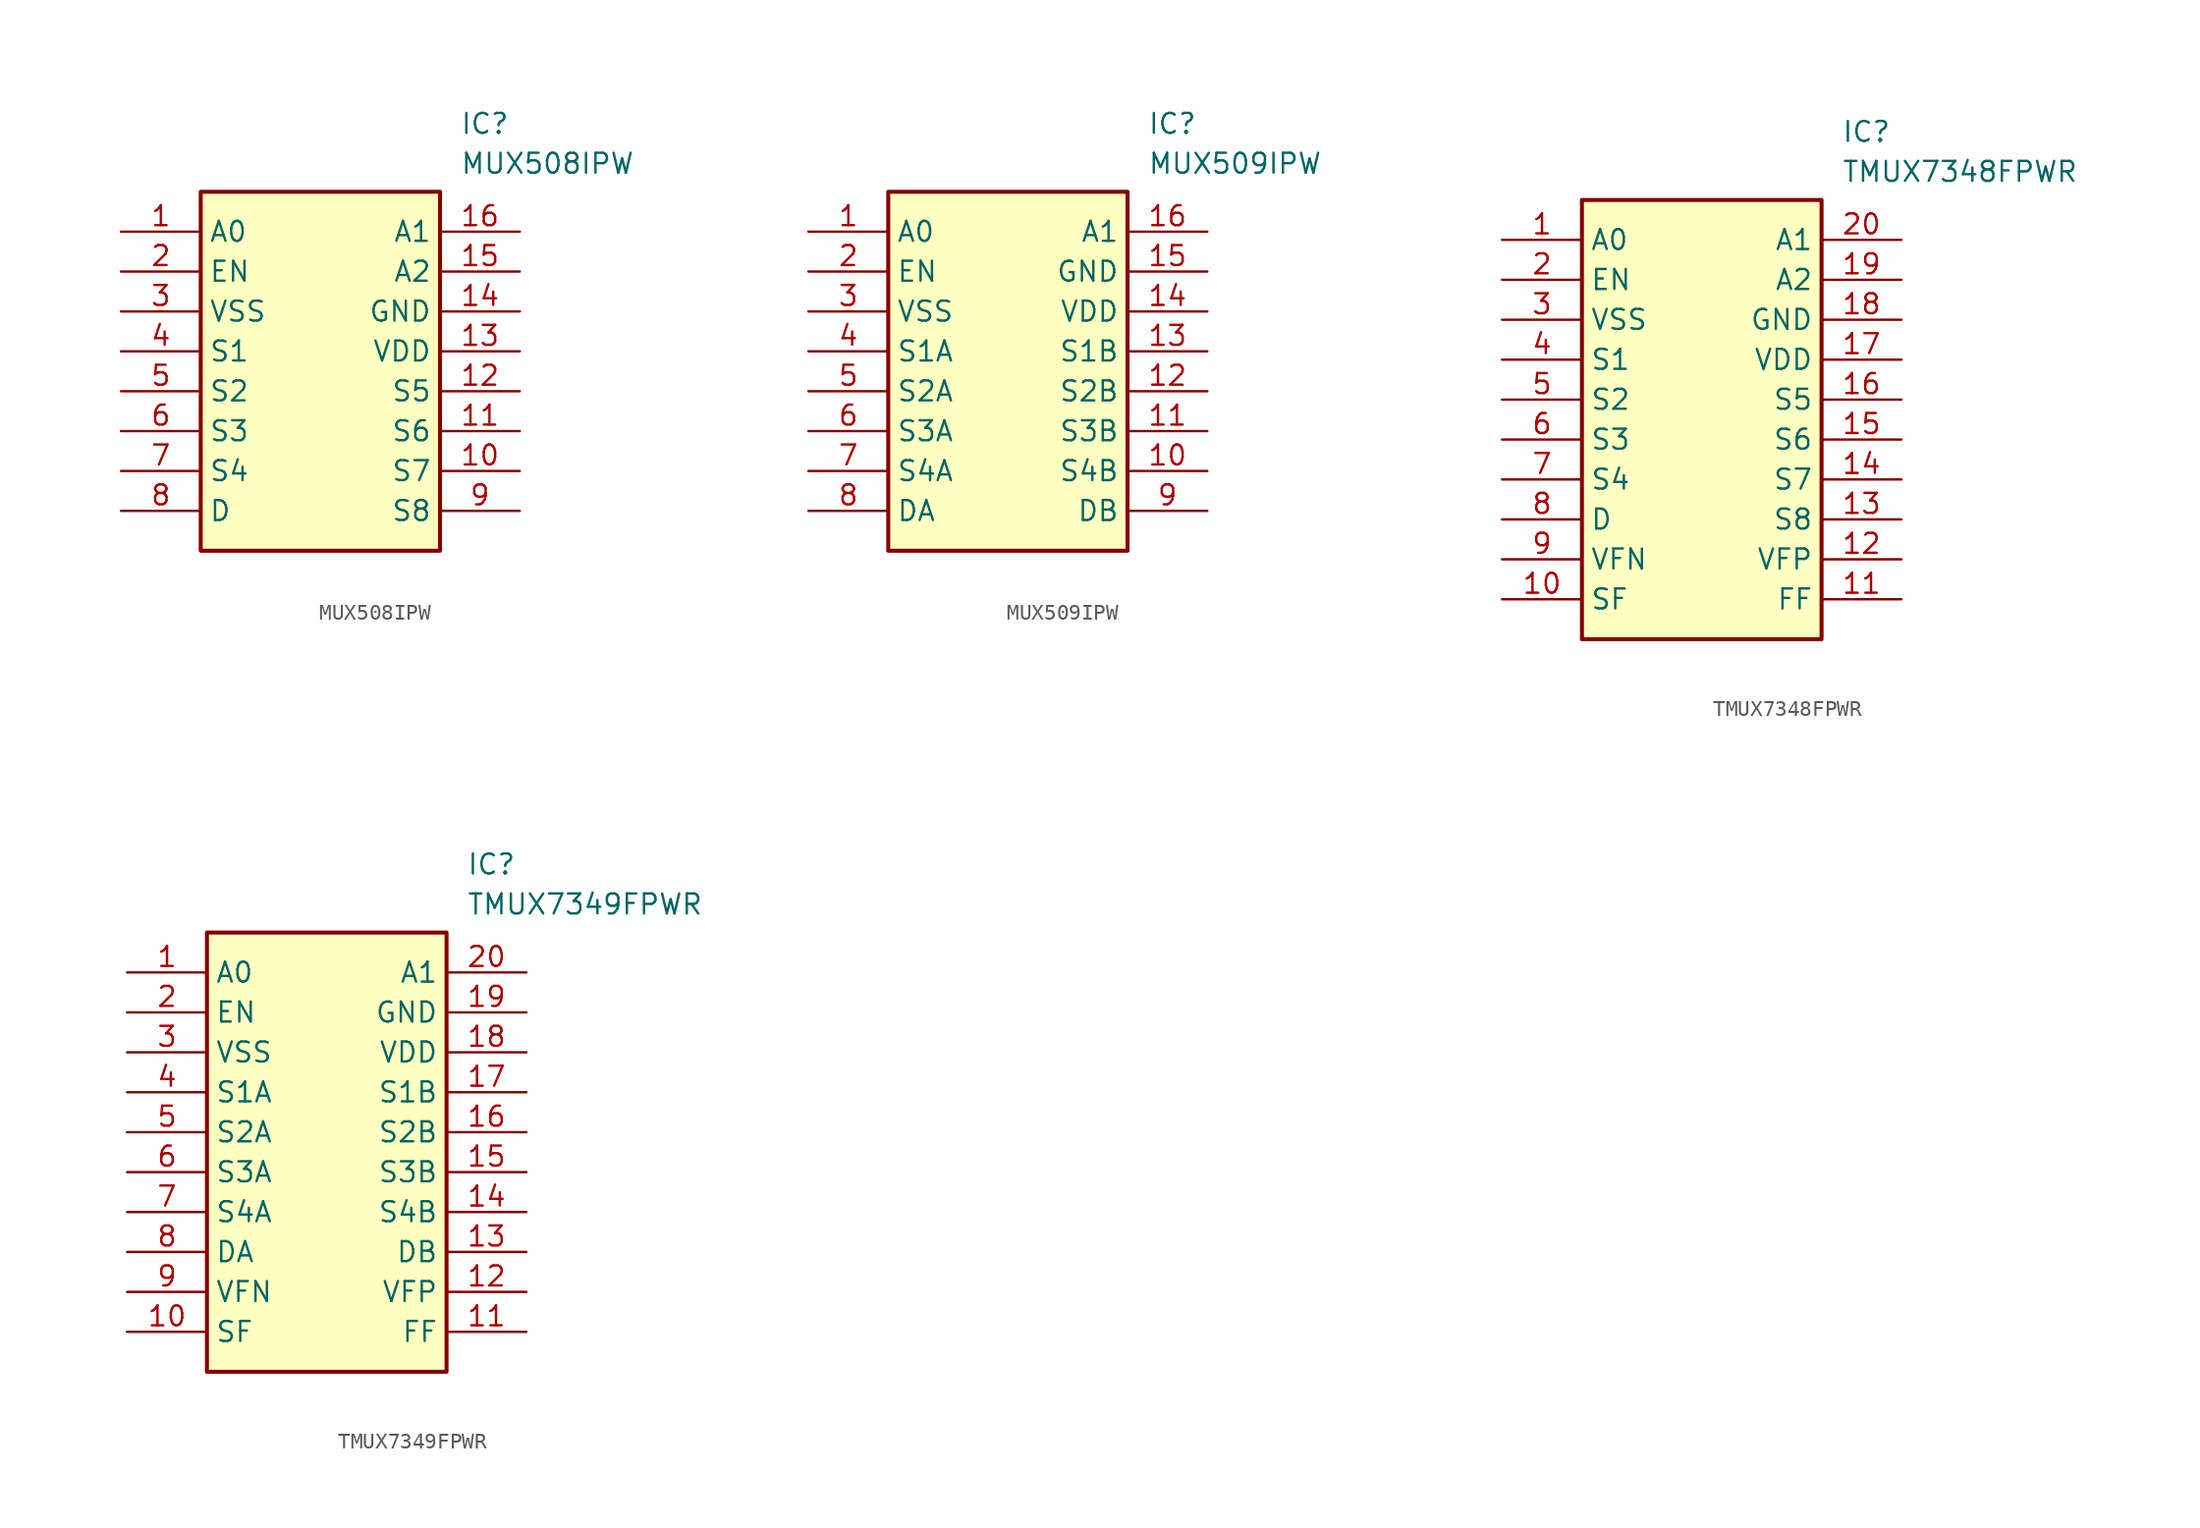
<source format=kicad_sym>
(kicad_symbol_lib
  (version 20231120)
  (generator "kicad_symbol_editor")
  (generator_version "8.0")
  (symbol "MUX508IPW"
    (property "Reference" "IC"
      (at 21.59 7.62 0)
      (effects (font (size 1.27 1.27)) (justify left top)))
    (property "Value" "MUX508IPW"
      (at 21.59 5.08 0)
      (effects (font (size 1.27 1.27)) (justify left top)))
    (symbol "MUX508IPW_1_1"
      (rectangle (start 5.08 2.54) (end 20.32 -20.32) (stroke (width 0.254) (type default)) (fill (type background)))
      (pin passive line (at 0 0 0) (length 5.08) (name "A0" (effects (font (size 1.27 1.27)))) (number "1" (effects (font (size 1.27 1.27)))))
      (pin passive line (at 25.4 -15.24 180) (length 5.08) (name "S7" (effects (font (size 1.27 1.27)))) (number "10" (effects (font (size 1.27 1.27)))))
      (pin passive line (at 25.4 -12.7 180) (length 5.08) (name "S6" (effects (font (size 1.27 1.27)))) (number "11" (effects (font (size 1.27 1.27)))))
      (pin passive line (at 25.4 -10.16 180) (length 5.08) (name "S5" (effects (font (size 1.27 1.27)))) (number "12" (effects (font (size 1.27 1.27)))))
      (pin passive line (at 25.4 -7.62 180) (length 5.08) (name "VDD" (effects (font (size 1.27 1.27)))) (number "13" (effects (font (size 1.27 1.27)))))
      (pin passive line (at 25.4 -5.08 180) (length 5.08) (name "GND" (effects (font (size 1.27 1.27)))) (number "14" (effects (font (size 1.27 1.27)))))
      (pin passive line (at 25.4 -2.54 180) (length 5.08) (name "A2" (effects (font (size 1.27 1.27)))) (number "15" (effects (font (size 1.27 1.27)))))
      (pin passive line (at 25.4 0 180) (length 5.08) (name "A1" (effects (font (size 1.27 1.27)))) (number "16" (effects (font (size 1.27 1.27)))))
      (pin passive line (at 0 -2.54 0) (length 5.08) (name "EN" (effects (font (size 1.27 1.27)))) (number "2" (effects (font (size 1.27 1.27)))))
      (pin passive line (at 0 -5.08 0) (length 5.08) (name "VSS" (effects (font (size 1.27 1.27)))) (number "3" (effects (font (size 1.27 1.27)))))
      (pin passive line (at 0 -7.62 0) (length 5.08) (name "S1" (effects (font (size 1.27 1.27)))) (number "4" (effects (font (size 1.27 1.27)))))
      (pin passive line (at 0 -10.16 0) (length 5.08) (name "S2" (effects (font (size 1.27 1.27)))) (number "5" (effects (font (size 1.27 1.27)))))
      (pin passive line (at 0 -12.7 0) (length 5.08) (name "S3" (effects (font (size 1.27 1.27)))) (number "6" (effects (font (size 1.27 1.27)))))
      (pin passive line (at 0 -15.24 0) (length 5.08) (name "S4" (effects (font (size 1.27 1.27)))) (number "7" (effects (font (size 1.27 1.27)))))
      (pin passive line (at 0 -17.78 0) (length 5.08) (name "D" (effects (font (size 1.27 1.27)))) (number "8" (effects (font (size 1.27 1.27)))))
      (pin passive line (at 25.4 -17.78 180) (length 5.08) (name "S8" (effects (font (size 1.27 1.27)))) (number "9" (effects (font (size 1.27 1.27)))))))
  (symbol "MUX509IPW"
    (property "Reference" "IC"
      (at 21.59 7.62 0)
      (effects (font (size 1.27 1.27)) (justify left top)))
    (property "Value" "MUX509IPW"
      (at 21.59 5.08 0)
      (effects (font (size 1.27 1.27)) (justify left top)))
    (symbol "MUX509IPW_1_1"
      (rectangle (start 5.08 2.54) (end 20.32 -20.32) (stroke (width 0.254) (type default)) (fill (type background)))
      (pin passive line (at 0 0 0) (length 5.08) (name "A0" (effects (font (size 1.27 1.27)))) (number "1" (effects (font (size 1.27 1.27)))))
      (pin passive line (at 25.4 -15.24 180) (length 5.08) (name "S4B" (effects (font (size 1.27 1.27)))) (number "10" (effects (font (size 1.27 1.27)))))
      (pin passive line (at 25.4 -12.7 180) (length 5.08) (name "S3B" (effects (font (size 1.27 1.27)))) (number "11" (effects (font (size 1.27 1.27)))))
      (pin passive line (at 25.4 -10.16 180) (length 5.08) (name "S2B" (effects (font (size 1.27 1.27)))) (number "12" (effects (font (size 1.27 1.27)))))
      (pin passive line (at 25.4 -7.62 180) (length 5.08) (name "S1B" (effects (font (size 1.27 1.27)))) (number "13" (effects (font (size 1.27 1.27)))))
      (pin passive line (at 25.4 -5.08 180) (length 5.08) (name "VDD" (effects (font (size 1.27 1.27)))) (number "14" (effects (font (size 1.27 1.27)))))
      (pin passive line (at 25.4 -2.54 180) (length 5.08) (name "GND" (effects (font (size 1.27 1.27)))) (number "15" (effects (font (size 1.27 1.27)))))
      (pin passive line (at 25.4 0 180) (length 5.08) (name "A1" (effects (font (size 1.27 1.27)))) (number "16" (effects (font (size 1.27 1.27)))))
      (pin passive line (at 0 -2.54 0) (length 5.08) (name "EN" (effects (font (size 1.27 1.27)))) (number "2" (effects (font (size 1.27 1.27)))))
      (pin passive line (at 0 -5.08 0) (length 5.08) (name "VSS" (effects (font (size 1.27 1.27)))) (number "3" (effects (font (size 1.27 1.27)))))
      (pin passive line (at 0 -7.62 0) (length 5.08) (name "S1A" (effects (font (size 1.27 1.27)))) (number "4" (effects (font (size 1.27 1.27)))))
      (pin passive line (at 0 -10.16 0) (length 5.08) (name "S2A" (effects (font (size 1.27 1.27)))) (number "5" (effects (font (size 1.27 1.27)))))
      (pin passive line (at 0 -12.7 0) (length 5.08) (name "S3A" (effects (font (size 1.27 1.27)))) (number "6" (effects (font (size 1.27 1.27)))))
      (pin passive line (at 0 -15.24 0) (length 5.08) (name "S4A" (effects (font (size 1.27 1.27)))) (number "7" (effects (font (size 1.27 1.27)))))
      (pin passive line (at 0 -17.78 0) (length 5.08) (name "DA" (effects (font (size 1.27 1.27)))) (number "8" (effects (font (size 1.27 1.27)))))
      (pin passive line (at 25.4 -17.78 180) (length 5.08) (name "DB" (effects (font (size 1.27 1.27)))) (number "9" (effects (font (size 1.27 1.27)))))))
  (symbol "TMUX7348FPWR"
    (property "Reference" "IC"
      (at 21.59 7.62 0)
      (effects (font (size 1.27 1.27)) (justify left top)))
    (property "Value" "TMUX7348FPWR"
      (at 21.59 5.08 0)
      (effects (font (size 1.27 1.27)) (justify left top)))
    (symbol "TMUX7348FPWR_1_1"
      (rectangle (start 5.08 2.54) (end 20.32 -25.4) (stroke (width 0.254) (type default)) (fill (type background)))
      (pin passive line (at 0 0 0) (length 5.08) (name "A0" (effects (font (size 1.27 1.27)))) (number "1" (effects (font (size 1.27 1.27)))))
      (pin passive line (at 0 -22.86 0) (length 5.08) (name "SF" (effects (font (size 1.27 1.27)))) (number "10" (effects (font (size 1.27 1.27)))))
      (pin passive line (at 25.4 -22.86 180) (length 5.08) (name "FF" (effects (font (size 1.27 1.27)))) (number "11" (effects (font (size 1.27 1.27)))))
      (pin passive line (at 25.4 -20.32 180) (length 5.08) (name "VFP" (effects (font (size 1.27 1.27)))) (number "12" (effects (font (size 1.27 1.27)))))
      (pin passive line (at 25.4 -17.78 180) (length 5.08) (name "S8" (effects (font (size 1.27 1.27)))) (number "13" (effects (font (size 1.27 1.27)))))
      (pin passive line (at 25.4 -15.24 180) (length 5.08) (name "S7" (effects (font (size 1.27 1.27)))) (number "14" (effects (font (size 1.27 1.27)))))
      (pin passive line (at 25.4 -12.7 180) (length 5.08) (name "S6" (effects (font (size 1.27 1.27)))) (number "15" (effects (font (size 1.27 1.27)))))
      (pin passive line (at 25.4 -10.16 180) (length 5.08) (name "S5" (effects (font (size 1.27 1.27)))) (number "16" (effects (font (size 1.27 1.27)))))
      (pin passive line (at 25.4 -7.62 180) (length 5.08) (name "VDD" (effects (font (size 1.27 1.27)))) (number "17" (effects (font (size 1.27 1.27)))))
      (pin passive line (at 25.4 -5.08 180) (length 5.08) (name "GND" (effects (font (size 1.27 1.27)))) (number "18" (effects (font (size 1.27 1.27)))))
      (pin passive line (at 25.4 -2.54 180) (length 5.08) (name "A2" (effects (font (size 1.27 1.27)))) (number "19" (effects (font (size 1.27 1.27)))))
      (pin passive line (at 0 -2.54 0) (length 5.08) (name "EN" (effects (font (size 1.27 1.27)))) (number "2" (effects (font (size 1.27 1.27)))))
      (pin passive line (at 25.4 0 180) (length 5.08) (name "A1" (effects (font (size 1.27 1.27)))) (number "20" (effects (font (size 1.27 1.27)))))
      (pin passive line (at 0 -5.08 0) (length 5.08) (name "VSS" (effects (font (size 1.27 1.27)))) (number "3" (effects (font (size 1.27 1.27)))))
      (pin passive line (at 0 -7.62 0) (length 5.08) (name "S1" (effects (font (size 1.27 1.27)))) (number "4" (effects (font (size 1.27 1.27)))))
      (pin passive line (at 0 -10.16 0) (length 5.08) (name "S2" (effects (font (size 1.27 1.27)))) (number "5" (effects (font (size 1.27 1.27)))))
      (pin passive line (at 0 -12.7 0) (length 5.08) (name "S3" (effects (font (size 1.27 1.27)))) (number "6" (effects (font (size 1.27 1.27)))))
      (pin passive line (at 0 -15.24 0) (length 5.08) (name "S4" (effects (font (size 1.27 1.27)))) (number "7" (effects (font (size 1.27 1.27)))))
      (pin passive line (at 0 -17.78 0) (length 5.08) (name "D" (effects (font (size 1.27 1.27)))) (number "8" (effects (font (size 1.27 1.27)))))
      (pin passive line (at 0 -20.32 0) (length 5.08) (name "VFN" (effects (font (size 1.27 1.27)))) (number "9" (effects (font (size 1.27 1.27)))))))
  (symbol "TMUX7349FPWR"
    (property "Reference" "IC"
      (at 21.59 7.62 0)
      (effects (font (size 1.27 1.27)) (justify left top)))
    (property "Value" "TMUX7349FPWR"
      (at 21.59 5.08 0)
      (effects (font (size 1.27 1.27)) (justify left top)))
    (symbol "TMUX7349FPWR_1_1"
      (rectangle (start 5.08 2.54) (end 20.32 -25.4) (stroke (width 0.254) (type default)) (fill (type background)))
      (pin passive line (at 0 0 0) (length 5.08) (name "A0" (effects (font (size 1.27 1.27)))) (number "1" (effects (font (size 1.27 1.27)))))
      (pin passive line (at 0 -22.86 0) (length 5.08) (name "SF" (effects (font (size 1.27 1.27)))) (number "10" (effects (font (size 1.27 1.27)))))
      (pin passive line (at 25.4 -22.86 180) (length 5.08) (name "FF" (effects (font (size 1.27 1.27)))) (number "11" (effects (font (size 1.27 1.27)))))
      (pin passive line (at 25.4 -20.32 180) (length 5.08) (name "VFP" (effects (font (size 1.27 1.27)))) (number "12" (effects (font (size 1.27 1.27)))))
      (pin passive line (at 25.4 -17.78 180) (length 5.08) (name "DB" (effects (font (size 1.27 1.27)))) (number "13" (effects (font (size 1.27 1.27)))))
      (pin passive line (at 25.4 -15.24 180) (length 5.08) (name "S4B" (effects (font (size 1.27 1.27)))) (number "14" (effects (font (size 1.27 1.27)))))
      (pin passive line (at 25.4 -12.7 180) (length 5.08) (name "S3B" (effects (font (size 1.27 1.27)))) (number "15" (effects (font (size 1.27 1.27)))))
      (pin passive line (at 25.4 -10.16 180) (length 5.08) (name "S2B" (effects (font (size 1.27 1.27)))) (number "16" (effects (font (size 1.27 1.27)))))
      (pin passive line (at 25.4 -7.62 180) (length 5.08) (name "S1B" (effects (font (size 1.27 1.27)))) (number "17" (effects (font (size 1.27 1.27)))))
      (pin passive line (at 25.4 -5.08 180) (length 5.08) (name "VDD" (effects (font (size 1.27 1.27)))) (number "18" (effects (font (size 1.27 1.27)))))
      (pin passive line (at 25.4 -2.54 180) (length 5.08) (name "GND" (effects (font (size 1.27 1.27)))) (number "19" (effects (font (size 1.27 1.27)))))
      (pin passive line (at 0 -2.54 0) (length 5.08) (name "EN" (effects (font (size 1.27 1.27)))) (number "2" (effects (font (size 1.27 1.27)))))
      (pin passive line (at 25.4 0 180) (length 5.08) (name "A1" (effects (font (size 1.27 1.27)))) (number "20" (effects (font (size 1.27 1.27)))))
      (pin passive line (at 0 -5.08 0) (length 5.08) (name "VSS" (effects (font (size 1.27 1.27)))) (number "3" (effects (font (size 1.27 1.27)))))
      (pin passive line (at 0 -7.62 0) (length 5.08) (name "S1A" (effects (font (size 1.27 1.27)))) (number "4" (effects (font (size 1.27 1.27)))))
      (pin passive line (at 0 -10.16 0) (length 5.08) (name "S2A" (effects (font (size 1.27 1.27)))) (number "5" (effects (font (size 1.27 1.27)))))
      (pin passive line (at 0 -12.7 0) (length 5.08) (name "S3A" (effects (font (size 1.27 1.27)))) (number "6" (effects (font (size 1.27 1.27)))))
      (pin passive line (at 0 -15.24 0) (length 5.08) (name "S4A" (effects (font (size 1.27 1.27)))) (number "7" (effects (font (size 1.27 1.27)))))
      (pin passive line (at 0 -17.78 0) (length 5.08) (name "DA" (effects (font (size 1.27 1.27)))) (number "8" (effects (font (size 1.27 1.27)))))
      (pin passive line (at 0 -20.32 0) (length 5.08) (name "VFN" (effects (font (size 1.27 1.27)))) (number "9" (effects (font (size 1.27 1.27))))))))
</source>
